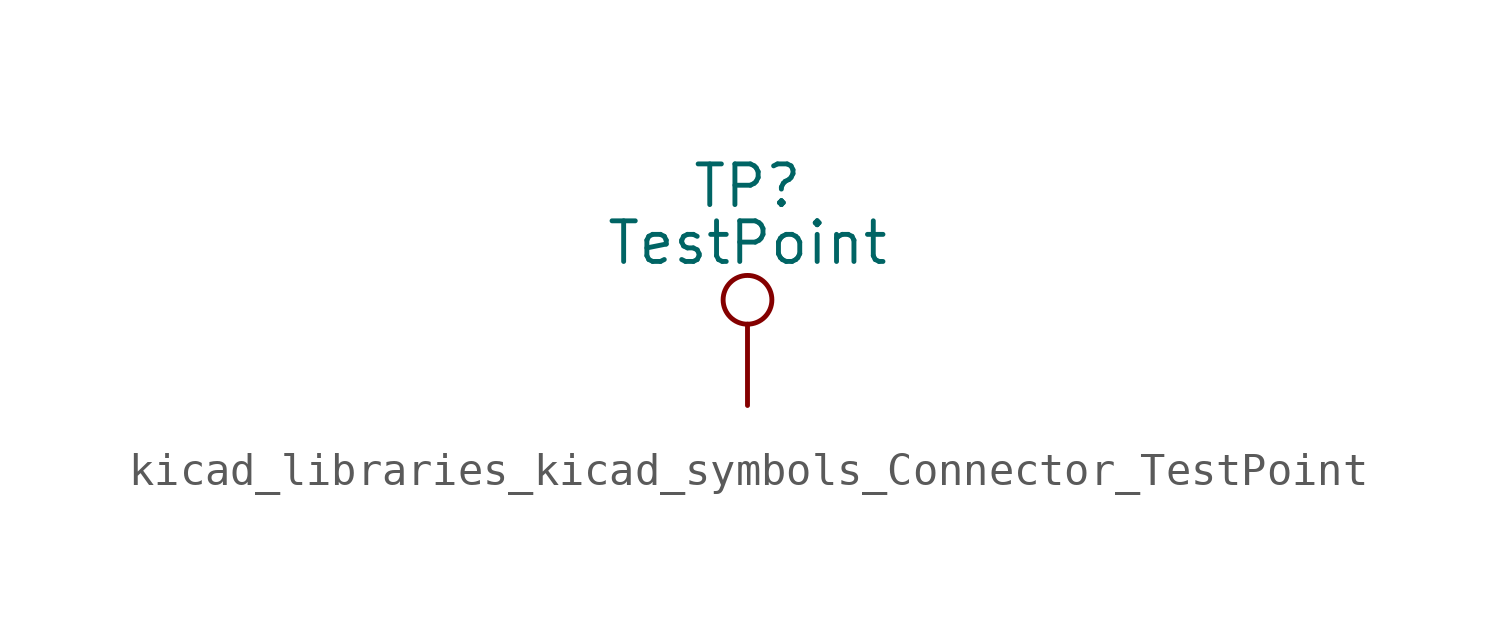
<source format=kicad_sym>
(kicad_symbol_lib
  (version 20220914)
  (generator kicad_symbol_editor)
  (symbol "kicad_libraries_kicad_symbols_Connector_TestPoint"
    (pin_numbers hide)
    (pin_names
      (offset 0.762) hide)
    (property "Reference" "TP"
      (at 0 6.858 0)
      (effects (font (size 1.27 1.27))))
    (property "Value" "TestPoint"
      (at 0 5.08 0)
      (effects (font (size 1.27 1.27))))
    (symbol "kicad_libraries_kicad_symbols_Connector_TestPoint_0_1"
      (circle (center 0 3.302) (radius 0.762) (stroke (width 0) (type default)) (fill (type none))))
    (symbol "kicad_libraries_kicad_symbols_Connector_TestPoint_1_1"
      (pin passive line (at 0 0 90) (length 2.54) (name "1" (effects (font (size 1.27 1.27)))) (number "1" (effects (font (size 1.27 1.27))))))))
</source>
